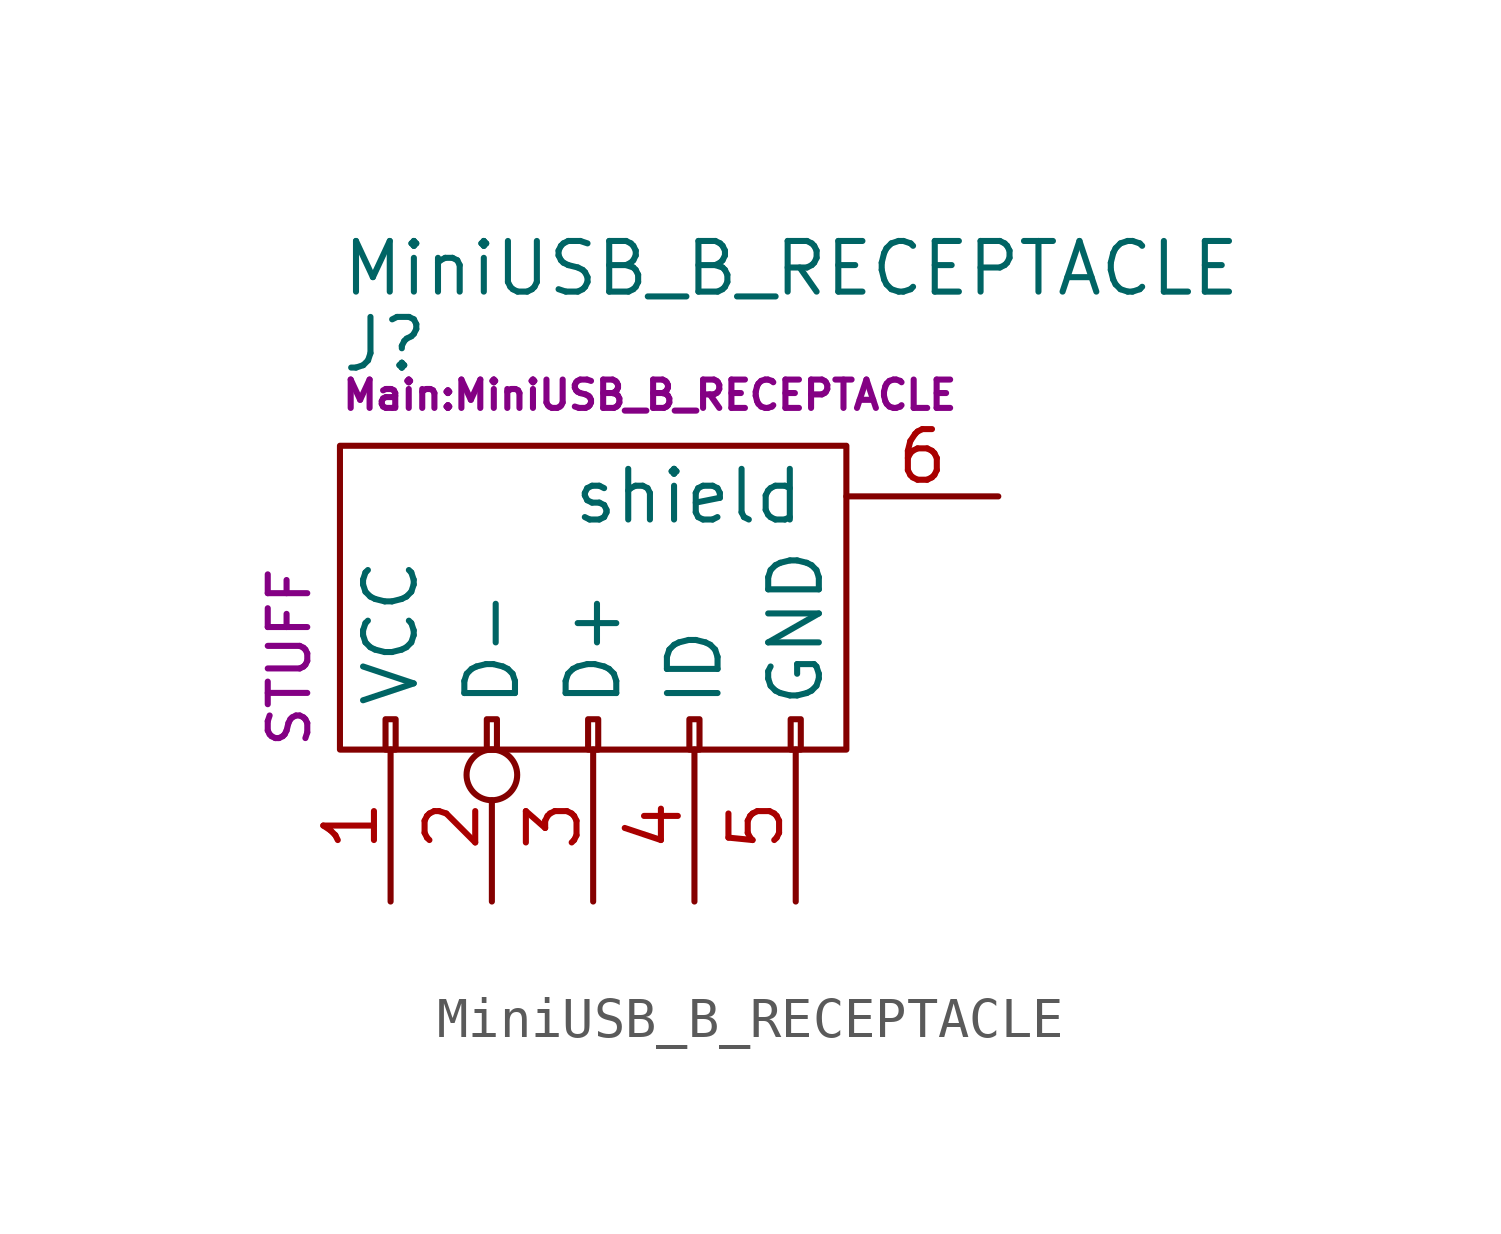
<source format=kicad_sym>
(kicad_symbol_lib
  (version 20211014)
  (generator kicad_symbol_editor)
  (symbol "MiniUSB_B_RECEPTACLE"
    (pin_names
      (offset 1.016))
    (property "Reference" "J"
      (at -6.35 6.35 0)
      (effects (font (size 1.27 1.27)) (justify left)))
    (property "Value" "MiniUSB_B_RECEPTACLE"
      (at -6.35 8.255 0)
      (effects (font (size 1.27 1.27)) (justify left)))
    (property "Footprint" "Main:MiniUSB_B_RECEPTACLE"
      (at -6.35 5.08 0)
      (effects (font (size 0.711 0.711)) (justify left)))
    (property "Datasheet" ""
      (at -1.27 -2.54 90)
      (effects (font (size 1.27 1.27))))
    (property "SKU" "STUFF"
      (at -7.62 -3.81 90)
      (effects (font (size 0.991 0.991)) (justify left)))
    (symbol "MiniUSB_B_RECEPTACLE_0_1"
      (rectangle (start -6.35 -3.81) (end 6.35 3.81) (stroke (width 0) (type default) (color 0 0 0 0)) (fill (type none)))
      (rectangle (start -5.207 -3.81) (end -4.953 -3.048) (stroke (width 0) (type default) (color 0 0 0 0)) (fill (type none)))
      (rectangle (start -2.667 -3.81) (end -2.413 -3.048) (stroke (width 0) (type default) (color 0 0 0 0)) (fill (type none)))
      (rectangle (start -0.127 -3.81) (end 0.127 -3.048) (stroke (width 0) (type default) (color 0 0 0 0)) (fill (type none)))
      (rectangle (start 2.413 -3.81) (end 2.667 -3.048) (stroke (width 0) (type default) (color 0 0 0 0)) (fill (type none)))
      (rectangle (start 4.953 -3.81) (end 5.207 -3.048) (stroke (width 0) (type default) (color 0 0 0 0)) (fill (type none))))
    (symbol "MiniUSB_B_RECEPTACLE_1_1"
      (pin power_out line (at -5.08 -7.62 90) (length 3.81) (name "VCC" (effects (font (size 1.27 1.27)))) (number "1" (effects (font (size 1.27 1.27)))))
      (pin passive inverted (at -2.54 -7.62 90) (length 3.81) (name "D-" (effects (font (size 1.27 1.27)))) (number "2" (effects (font (size 1.27 1.27)))))
      (pin passive line (at 0 -7.62 90) (length 3.81) (name "D+" (effects (font (size 1.27 1.27)))) (number "3" (effects (font (size 1.27 1.27)))))
      (pin bidirectional line (at 2.54 -7.62 90) (length 3.81) (name "ID" (effects (font (size 1.27 1.27)))) (number "4" (effects (font (size 1.27 1.27)))))
      (pin power_in line (at 5.08 -7.62 90) (length 3.81) (name "GND" (effects (font (size 1.27 1.27)))) (number "5" (effects (font (size 1.27 1.27)))))
      (pin passive line (at 10.16 2.54 180) (length 3.81) (name "shield" (effects (font (size 1.27 1.27)))) (number "6" (effects (font (size 1.27 1.27))))))))
</source>
